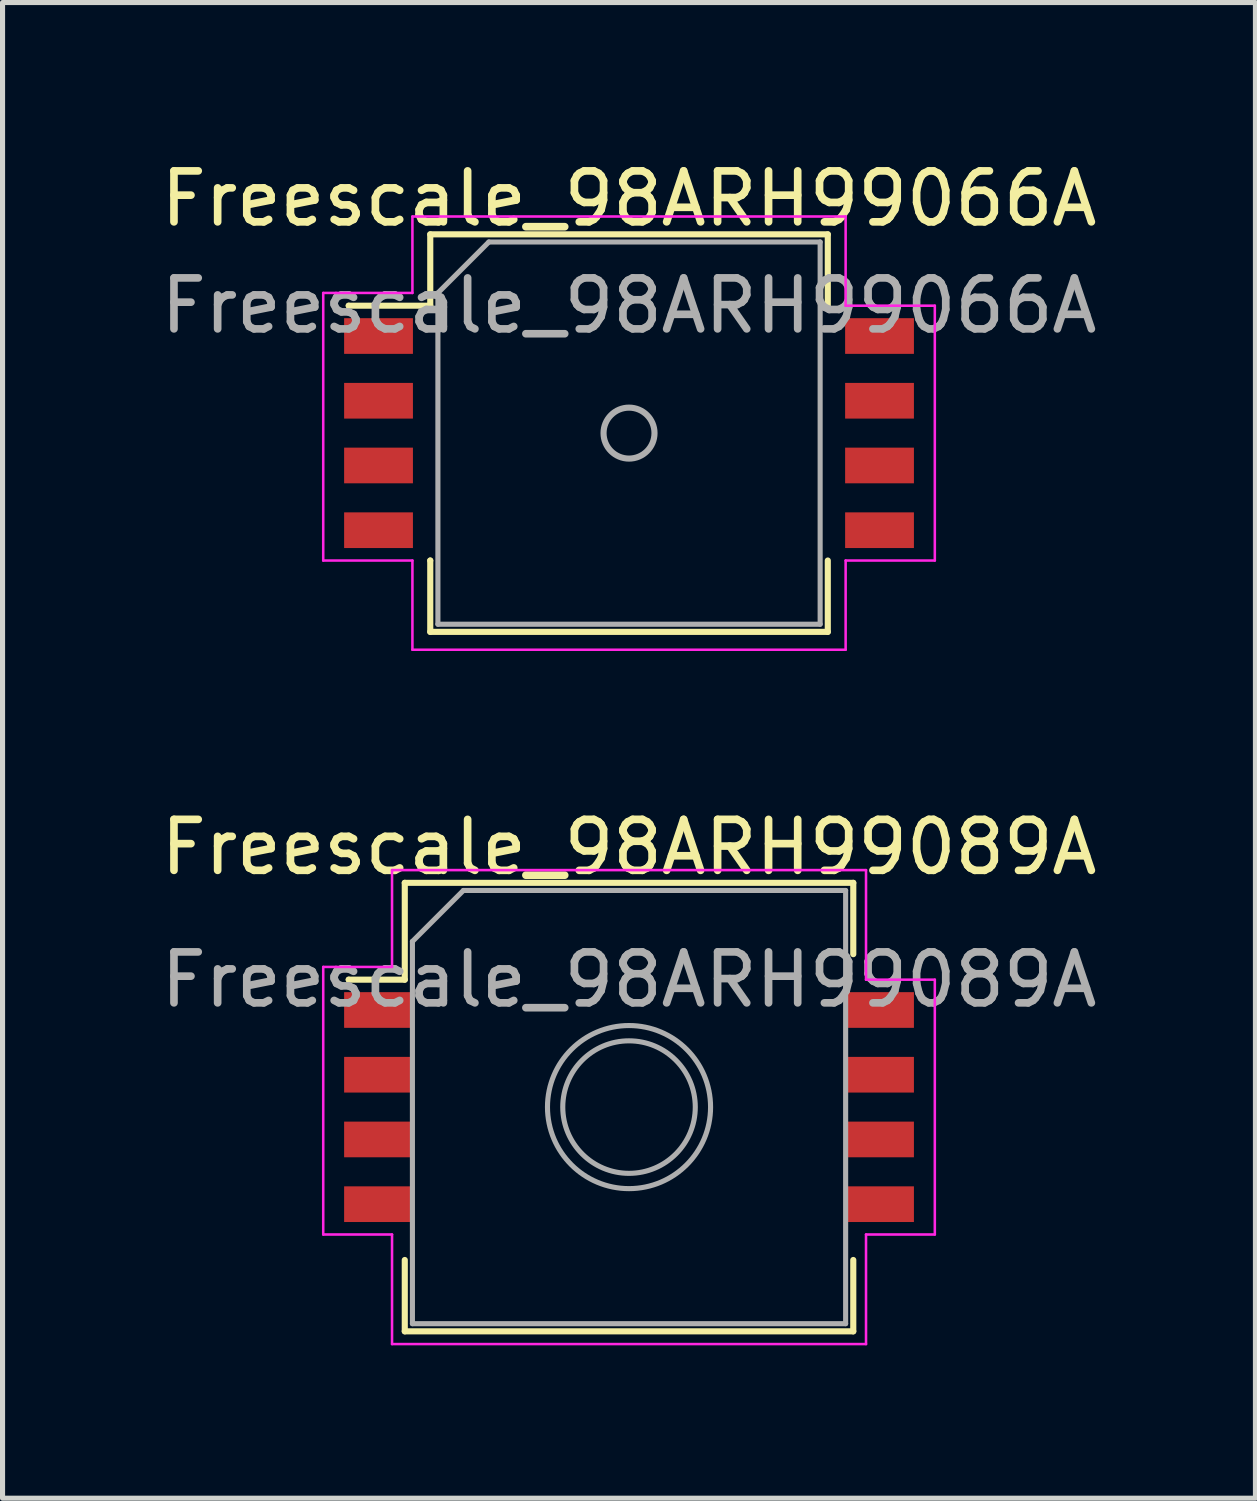
<source format=kicad_pcb>
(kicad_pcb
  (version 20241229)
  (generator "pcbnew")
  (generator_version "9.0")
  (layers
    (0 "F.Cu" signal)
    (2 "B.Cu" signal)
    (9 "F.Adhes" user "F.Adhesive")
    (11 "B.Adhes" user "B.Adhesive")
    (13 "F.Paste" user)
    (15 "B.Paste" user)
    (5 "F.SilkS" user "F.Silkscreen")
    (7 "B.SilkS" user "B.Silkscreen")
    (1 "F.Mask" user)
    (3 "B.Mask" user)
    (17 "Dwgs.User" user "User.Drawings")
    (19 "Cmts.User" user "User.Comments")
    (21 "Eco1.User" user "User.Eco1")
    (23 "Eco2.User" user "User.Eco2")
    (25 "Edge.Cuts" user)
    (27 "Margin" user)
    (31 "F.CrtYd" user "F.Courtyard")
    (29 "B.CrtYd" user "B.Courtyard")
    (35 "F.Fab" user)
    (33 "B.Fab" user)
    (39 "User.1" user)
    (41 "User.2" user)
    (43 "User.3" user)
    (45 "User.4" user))
  (footprint "Freescale_98ARH99089A"
    (layer "F.Cu")
    (at 9.292 18.672)
    (property "Reference" "Freescale_98ARH99089A" (at 0 -5.1 0) (layer "F.SilkS") (effects (font (size 1 1) (thickness 0.15))))
    (attr smd)
    (fp_line (start -5.5 -2.5) (end -5.5 -2.5) (stroke (width 0.12) (type solid)) (layer "F.SilkS"))
    (fp_line (start -4.4 -4.4) (end -4.4 -2.5) (stroke (width 0.12) (type solid)) (layer "F.SilkS"))
    (fp_line (start -4.4 -2.5) (end -5.5 -2.5) (stroke (width 0.12) (type solid)) (layer "F.SilkS"))
    (fp_line (start -4.4 4.4) (end -4.4 3) (stroke (width 0.12) (type solid)) (layer "F.SilkS"))
    (fp_line (start 4.4 -4.4) (end -4.4 -4.4) (stroke (width 0.12) (type solid)) (layer "F.SilkS"))
    (fp_line (start 4.4 -3) (end 4.4 -4.4) (stroke (width 0.12) (type solid)) (layer "F.SilkS"))
    (fp_line (start 4.4 3) (end 4.4 4.4) (stroke (width 0.12) (type solid)) (layer "F.SilkS"))
    (fp_line (start 4.4 4.4) (end -4.4 4.4) (stroke (width 0.12) (type solid)) (layer "F.SilkS"))
    (fp_line (start -6 -2.75) (end -4.65 -2.75) (stroke (width 0.05) (type solid)) (layer "F.CrtYd"))
    (fp_line (start -6 2.5) (end -6 -2.75) (stroke (width 0.05) (type solid)) (layer "F.CrtYd"))
    (fp_line (start -5.75 -2.75) (end -5.75 -2.75) (stroke (width 0.05) (type solid)) (layer "F.CrtYd"))
    (fp_line (start -4.65 -4.65) (end 4.65 -4.65) (stroke (width 0.05) (type solid)) (layer "F.CrtYd"))
    (fp_line (start -4.65 -2.75) (end -4.65 -4.65) (stroke (width 0.05) (type solid)) (layer "F.CrtYd"))
    (fp_line (start -4.65 2.5) (end -6 2.5) (stroke (width 0.05) (type solid)) (layer "F.CrtYd"))
    (fp_line (start -4.65 4.65) (end -4.65 2.5) (stroke (width 0.05) (type solid)) (layer "F.CrtYd"))
    (fp_line (start 4.65 -4.65) (end 4.65 -2.5) (stroke (width 0.05) (type solid)) (layer "F.CrtYd"))
    (fp_line (start 4.65 -2.5) (end 6 -2.5) (stroke (width 0.05) (type solid)) (layer "F.CrtYd"))
    (fp_line (start 4.65 2.5) (end 4.65 4.65) (stroke (width 0.05) (type solid)) (layer "F.CrtYd"))
    (fp_line (start 4.65 4.65) (end -4.65 4.65) (stroke (width 0.05) (type solid)) (layer "F.CrtYd"))
    (fp_line (start 6 -2.5) (end 6 2.5) (stroke (width 0.05) (type solid)) (layer "F.CrtYd"))
    (fp_line (start 6 2.5) (end 4.65 2.5) (stroke (width 0.05) (type solid)) (layer "F.CrtYd"))
    (fp_line (start -4.25 -3.25) (end -3.25 -4.25) (stroke (width 0.1) (type solid)) (layer "F.Fab"))
    (fp_line (start -4.25 4.25) (end -4.25 -3.25) (stroke (width 0.1) (type solid)) (layer "F.Fab"))
    (fp_line (start -3.25 -4.25) (end 4.25 -4.25) (stroke (width 0.1) (type solid)) (layer "F.Fab"))
    (fp_line (start 4.25 -4.25) (end 4.25 4.25) (stroke (width 0.1) (type solid)) (layer "F.Fab"))
    (fp_line (start 4.25 4.25) (end -4.25 4.25) (stroke (width 0.1) (type solid)) (layer "F.Fab"))
    (fp_circle (center 0 0) (end 1.3 0) (stroke (width 0.1) (type solid)) (fill no) (layer "F.Fab"))
    (fp_circle (center 0 0) (end 1.6 0) (stroke (width 0.1) (type solid)) (fill no) (layer "F.Fab"))
    (fp_text user "${REFERENCE}" (at 0 -2.5 0) (layer "F.Fab") (effects (font (size 1 1) (thickness 0.15))))
    (pad "1" smd rect (at -4.915 -1.905) (size 1.35 0.7) (layers "F.Cu" "F.Mask" "F.Paste"))
    (pad "2" smd rect (at -4.915 -0.635) (size 1.35 0.7) (layers "F.Cu" "F.Mask" "F.Paste"))
    (pad "3" smd rect (at -4.915 0.635) (size 1.35 0.7) (layers "F.Cu" "F.Mask" "F.Paste"))
    (pad "4" smd rect (at -4.915 1.905) (size 1.35 0.7) (layers "F.Cu" "F.Mask" "F.Paste"))
    (pad "5" smd rect (at 4.915 1.905) (size 1.35 0.7) (layers "F.Cu" "F.Mask" "F.Paste"))
    (pad "6" smd rect (at 4.915 0.635) (size 1.35 0.7) (layers "F.Cu" "F.Mask" "F.Paste"))
    (pad "7" smd rect (at 4.915 -0.635) (size 1.35 0.7) (layers "F.Cu" "F.Mask" "F.Paste"))
    (pad "8" smd rect (at 4.915 -1.905) (size 1.35 0.7) (layers "F.Cu" "F.Mask" "F.Paste")))
  (footprint "Freescale_98ARH99066A"
    (layer "F.Cu")
    (at 9.292 5.448)
    (property "Reference" "Freescale_98ARH99066A" (at 0 -4.6 0) (layer "F.SilkS") (effects (font (size 1 1) (thickness 0.15))))
    (attr smd)
    (fp_line (start -5.5 -2.5) (end -5.5 -2.5) (stroke (width 0.12) (type solid)) (layer "F.SilkS"))
    (fp_line (start -3.9 -3.9) (end -3.9 -2.5) (stroke (width 0.12) (type solid)) (layer "F.SilkS"))
    (fp_line (start -3.9 -2.5) (end -5.5 -2.5) (stroke (width 0.12) (type solid)) (layer "F.SilkS"))
    (fp_line (start -3.9 2.5) (end -3.9 2.5) (stroke (width 0.12) (type solid)) (layer "F.SilkS"))
    (fp_line (start -3.9 3.9) (end -3.9 2.5) (stroke (width 0.12) (type solid)) (layer "F.SilkS"))
    (fp_line (start 3.9 -3.9) (end -3.9 -3.9) (stroke (width 0.12) (type solid)) (layer "F.SilkS"))
    (fp_line (start 3.9 -2.5) (end 3.9 -3.9) (stroke (width 0.12) (type solid)) (layer "F.SilkS"))
    (fp_line (start 3.9 2.5) (end 3.9 3.9) (stroke (width 0.12) (type solid)) (layer "F.SilkS"))
    (fp_line (start 3.9 3.9) (end -3.9 3.9) (stroke (width 0.12) (type solid)) (layer "F.SilkS"))
    (fp_line (start -6 -2.75) (end -4.25 -2.75) (stroke (width 0.05) (type solid)) (layer "F.CrtYd"))
    (fp_line (start -6 2.5) (end -6 -2.75) (stroke (width 0.05) (type solid)) (layer "F.CrtYd"))
    (fp_line (start -5.75 -2.75) (end -5.75 -2.75) (stroke (width 0.05) (type solid)) (layer "F.CrtYd"))
    (fp_line (start -4.25 -4.25) (end 4.25 -4.25) (stroke (width 0.05) (type solid)) (layer "F.CrtYd"))
    (fp_line (start -4.25 -2.75) (end -4.25 -4.25) (stroke (width 0.05) (type solid)) (layer "F.CrtYd"))
    (fp_line (start -4.25 2.5) (end -6 2.5) (stroke (width 0.05) (type solid)) (layer "F.CrtYd"))
    (fp_line (start -4.25 4.25) (end -4.25 2.5) (stroke (width 0.05) (type solid)) (layer "F.CrtYd"))
    (fp_line (start 4.25 -4.25) (end 4.25 -2.5) (stroke (width 0.05) (type solid)) (layer "F.CrtYd"))
    (fp_line (start 4.25 -2.5) (end 6 -2.5) (stroke (width 0.05) (type solid)) (layer "F.CrtYd"))
    (fp_line (start 4.25 2.5) (end 4.25 4.25) (stroke (width 0.05) (type solid)) (layer "F.CrtYd"))
    (fp_line (start 4.25 4.25) (end -4.25 4.25) (stroke (width 0.05) (type solid)) (layer "F.CrtYd"))
    (fp_line (start 6 -2.5) (end 6 2.5) (stroke (width 0.05) (type solid)) (layer "F.CrtYd"))
    (fp_line (start 6 2.5) (end 4.25 2.5) (stroke (width 0.05) (type solid)) (layer "F.CrtYd"))
    (fp_line (start -3.75 -2.75) (end -2.75 -3.75) (stroke (width 0.1) (type solid)) (layer "F.Fab"))
    (fp_line (start -3.75 3.75) (end -3.75 -2.75) (stroke (width 0.1) (type solid)) (layer "F.Fab"))
    (fp_line (start -2.75 -3.75) (end 3.75 -3.75) (stroke (width 0.1) (type solid)) (layer "F.Fab"))
    (fp_line (start 3.75 -3.75) (end 3.75 3.75) (stroke (width 0.1) (type solid)) (layer "F.Fab"))
    (fp_line (start 3.75 3.75) (end -3.75 3.75) (stroke (width 0.1) (type solid)) (layer "F.Fab"))
    (fp_circle (center 0 0) (end 0.5 0) (stroke (width 0.12) (type solid)) (fill no) (layer "F.Fab"))
    (fp_text user "${REFERENCE}" (at 0 -2.5 0) (layer "F.Fab") (effects (font (size 1 1) (thickness 0.15))))
    (pad "1" smd rect (at -4.915 -1.905) (size 1.35 0.7) (layers "F.Cu" "F.Mask" "F.Paste"))
    (pad "2" smd rect (at -4.915 -0.635) (size 1.35 0.7) (layers "F.Cu" "F.Mask" "F.Paste"))
    (pad "3" smd rect (at -4.915 0.635) (size 1.35 0.7) (layers "F.Cu" "F.Mask" "F.Paste"))
    (pad "4" smd rect (at -4.915 1.905) (size 1.35 0.7) (layers "F.Cu" "F.Mask" "F.Paste"))
    (pad "5" smd rect (at 4.915 1.905) (size 1.35 0.7) (layers "F.Cu" "F.Mask" "F.Paste"))
    (pad "6" smd rect (at 4.915 0.635) (size 1.35 0.7) (layers "F.Cu" "F.Mask" "F.Paste"))
    (pad "7" smd rect (at 4.915 -0.635) (size 1.35 0.7) (layers "F.Cu" "F.Mask" "F.Paste"))
    (pad "8" smd rect (at 4.915 -1.905) (size 1.35 0.7) (layers "F.Cu" "F.Mask" "F.Paste")))
  (gr_rect
    (start -3 -3)
    (end 21.583 26.346)
    (stroke (width 0.1) (type default))
    (fill no)
    (layer "Edge.Cuts")))
</source>
